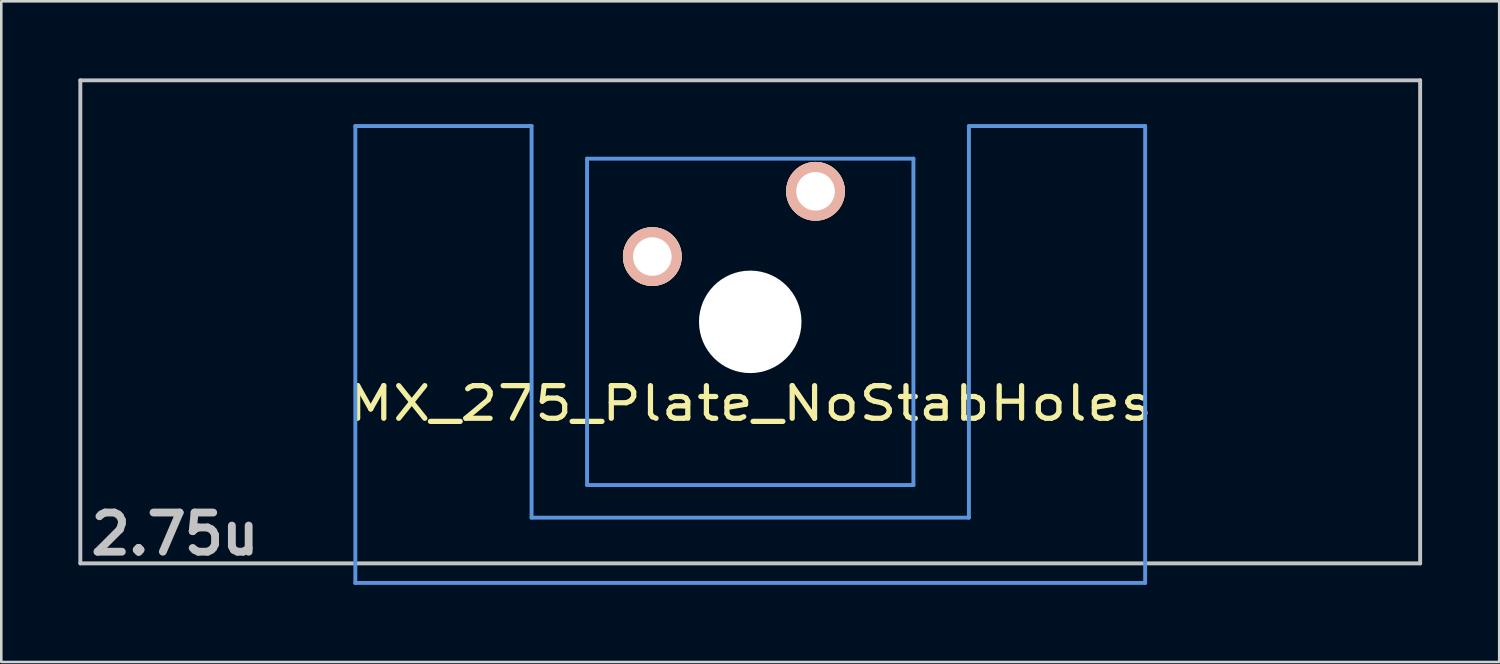
<source format=kicad_pcb>
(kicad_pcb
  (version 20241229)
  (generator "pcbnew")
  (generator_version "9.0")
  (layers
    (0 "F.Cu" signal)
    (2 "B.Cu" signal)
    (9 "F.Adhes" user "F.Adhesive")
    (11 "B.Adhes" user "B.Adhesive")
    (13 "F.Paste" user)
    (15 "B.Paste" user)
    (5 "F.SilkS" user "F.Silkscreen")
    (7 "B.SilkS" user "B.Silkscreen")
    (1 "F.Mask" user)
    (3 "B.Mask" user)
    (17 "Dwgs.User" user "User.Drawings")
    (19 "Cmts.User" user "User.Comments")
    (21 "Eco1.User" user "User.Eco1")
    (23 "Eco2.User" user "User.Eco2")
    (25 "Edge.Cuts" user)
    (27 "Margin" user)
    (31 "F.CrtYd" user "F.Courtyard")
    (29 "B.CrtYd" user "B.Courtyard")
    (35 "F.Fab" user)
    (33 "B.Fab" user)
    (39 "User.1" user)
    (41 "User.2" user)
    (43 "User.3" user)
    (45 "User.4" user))
  (footprint "MX_275_Plate_NoStabHoles"
    (layer "F.Cu")
    (at 26.144 9.474)
    (property "Reference" "MX_275_Plate_NoStabHoles" (at 0 3.175 0) (layer "F.SilkS") (effects (font (size 1.27 1.524) (thickness 0.203))))
    (attr through_hole)
    (fp_line (start -26.068 -9.398) (end 26.068 -9.398) (stroke (width 0.152) (type solid)) (layer "Dwgs.User"))
    (fp_line (start -26.068 9.398) (end -26.068 -9.398) (stroke (width 0.152) (type solid)) (layer "Dwgs.User"))
    (fp_line (start 26.068 -9.398) (end 26.068 9.398) (stroke (width 0.152) (type solid)) (layer "Dwgs.User"))
    (fp_line (start 26.068 9.398) (end -26.068 9.398) (stroke (width 0.152) (type solid)) (layer "Dwgs.User"))
    (fp_line (start -15.367 -7.62) (end -15.367 10.16) (stroke (width 0.152) (type solid)) (layer "Cmts.User"))
    (fp_line (start -15.367 10.16) (end 15.367 10.16) (stroke (width 0.152) (type solid)) (layer "Cmts.User"))
    (fp_line (start -8.509 -7.62) (end -15.367 -7.62) (stroke (width 0.152) (type solid)) (layer "Cmts.User"))
    (fp_line (start -8.509 7.62) (end -8.509 -7.62) (stroke (width 0.152) (type solid)) (layer "Cmts.User"))
    (fp_line (start -6.35 -6.35) (end 6.35 -6.35) (stroke (width 0.152) (type solid)) (layer "Cmts.User"))
    (fp_line (start -6.35 6.35) (end -6.35 -6.35) (stroke (width 0.152) (type solid)) (layer "Cmts.User"))
    (fp_line (start 6.35 -6.35) (end 6.35 6.35) (stroke (width 0.152) (type solid)) (layer "Cmts.User"))
    (fp_line (start 6.35 6.35) (end -6.35 6.35) (stroke (width 0.152) (type solid)) (layer "Cmts.User"))
    (fp_line (start 8.509 -7.62) (end 8.509 7.62) (stroke (width 0.152) (type solid)) (layer "Cmts.User"))
    (fp_line (start 8.509 7.62) (end -8.509 7.62) (stroke (width 0.152) (type solid)) (layer "Cmts.User"))
    (fp_line (start 15.367 -7.62) (end 8.509 -7.62) (stroke (width 0.152) (type solid)) (layer "Cmts.User"))
    (fp_line (start 15.367 10.16) (end 15.367 -7.62) (stroke (width 0.152) (type solid)) (layer "Cmts.User"))
    (fp_line (start -16.129 -2.286) (end -15.265 -2.286) (stroke (width 0.152) (type solid)) (layer "Eco2.User"))
    (fp_line (start -16.129 0.508) (end -16.129 -2.286) (stroke (width 0.152) (type solid)) (layer "Eco2.User"))
    (fp_line (start -15.265 -5.69) (end -8.611 -5.69) (stroke (width 0.152) (type solid)) (layer "Eco2.User"))
    (fp_line (start -15.265 -2.286) (end -15.265 -5.69) (stroke (width 0.152) (type solid)) (layer "Eco2.User"))
    (fp_line (start -15.265 0.508) (end -16.129 0.508) (stroke (width 0.152) (type solid)) (layer "Eco2.User"))
    (fp_line (start -15.265 6.604) (end -15.265 0.508) (stroke (width 0.152) (type solid)) (layer "Eco2.User"))
    (fp_line (start -14.224 6.604) (end -15.265 6.604) (stroke (width 0.152) (type solid)) (layer "Eco2.User"))
    (fp_line (start -14.224 7.772) (end -14.224 6.604) (stroke (width 0.152) (type solid)) (layer "Eco2.User"))
    (fp_line (start -9.652 6.604) (end -9.652 7.772) (stroke (width 0.152) (type solid)) (layer "Eco2.User"))
    (fp_line (start -9.652 7.772) (end -14.224 7.772) (stroke (width 0.152) (type solid)) (layer "Eco2.User"))
    (fp_line (start -8.611 -5.69) (end -8.611 -4.877) (stroke (width 0.152) (type solid)) (layer "Eco2.User"))
    (fp_line (start -8.611 -4.877) (end -6.985 -4.877) (stroke (width 0.152) (type solid)) (layer "Eco2.User"))
    (fp_line (start -8.611 5.817) (end -8.611 6.604) (stroke (width 0.152) (type solid)) (layer "Eco2.User"))
    (fp_line (start -8.611 6.604) (end -9.652 6.604) (stroke (width 0.152) (type solid)) (layer "Eco2.User"))
    (fp_line (start -6.985 -6.985) (end 6.985 -6.985) (stroke (width 0.152) (type solid)) (layer "Eco2.User"))
    (fp_line (start -6.985 -4.877) (end -6.985 -6.985) (stroke (width 0.152) (type solid)) (layer "Eco2.User"))
    (fp_line (start -6.985 5.817) (end -8.611 5.817) (stroke (width 0.152) (type solid)) (layer "Eco2.User"))
    (fp_line (start -6.985 6.985) (end -6.985 5.817) (stroke (width 0.152) (type solid)) (layer "Eco2.User"))
    (fp_line (start 6.985 -6.985) (end 6.985 -4.877) (stroke (width 0.152) (type solid)) (layer "Eco2.User"))
    (fp_line (start 6.985 -4.877) (end 8.611 -4.877) (stroke (width 0.152) (type solid)) (layer "Eco2.User"))
    (fp_line (start 6.985 5.817) (end 6.985 6.985) (stroke (width 0.152) (type solid)) (layer "Eco2.User"))
    (fp_line (start 6.985 6.985) (end -6.985 6.985) (stroke (width 0.152) (type solid)) (layer "Eco2.User"))
    (fp_line (start 8.611 -5.69) (end 15.265 -5.69) (stroke (width 0.152) (type solid)) (layer "Eco2.User"))
    (fp_line (start 8.611 -4.877) (end 8.611 -5.69) (stroke (width 0.152) (type solid)) (layer "Eco2.User"))
    (fp_line (start 8.611 5.817) (end 6.985 5.817) (stroke (width 0.152) (type solid)) (layer "Eco2.User"))
    (fp_line (start 8.611 6.604) (end 8.611 5.817) (stroke (width 0.152) (type solid)) (layer "Eco2.User"))
    (fp_line (start 9.652 6.604) (end 8.611 6.604) (stroke (width 0.152) (type solid)) (layer "Eco2.User"))
    (fp_line (start 9.652 7.772) (end 9.652 6.604) (stroke (width 0.152) (type solid)) (layer "Eco2.User"))
    (fp_line (start 14.224 6.604) (end 14.224 7.772) (stroke (width 0.152) (type solid)) (layer "Eco2.User"))
    (fp_line (start 14.224 7.772) (end 9.652 7.772) (stroke (width 0.152) (type solid)) (layer "Eco2.User"))
    (fp_line (start 15.265 -5.69) (end 15.265 -2.286) (stroke (width 0.152) (type solid)) (layer "Eco2.User"))
    (fp_line (start 15.265 -2.286) (end 16.129 -2.286) (stroke (width 0.152) (type solid)) (layer "Eco2.User"))
    (fp_line (start 15.265 0.508) (end 15.265 6.604) (stroke (width 0.152) (type solid)) (layer "Eco2.User"))
    (fp_line (start 15.265 6.604) (end 14.224 6.604) (stroke (width 0.152) (type solid)) (layer "Eco2.User"))
    (fp_line (start 16.129 -2.286) (end 16.129 0.508) (stroke (width 0.152) (type solid)) (layer "Eco2.User"))
    (fp_line (start 16.129 0.508) (end 15.265 0.508) (stroke (width 0.152) (type solid)) (layer "Eco2.User"))
    (fp_text user "2.75u" (at -22.385 8.255 0) (layer "Dwgs.User") (effects (font (size 1.524 1.524) (thickness 0.305))))
    (pad "" np_thru_hole circle (at 0 0) (size 3.988 3.988) (drill 3.988) (layers "*.Cu"))
    (pad "1" thru_hole circle (at 2.54 -5.08) (size 2.286 2.286) (drill 1.499) (layers "*.Cu" "*.SilkS" "*.Mask"))
    (pad "2" thru_hole circle (at -3.81 -2.54) (size 2.286 2.286) (drill 1.499) (layers "*.Cu" "*.SilkS" "*.Mask")))
  (gr_rect
    (start -3 -3)
    (end 55.288 22.71)
    (stroke (width 0.1) (type default))
    (fill no)
    (layer "Edge.Cuts")))
</source>
